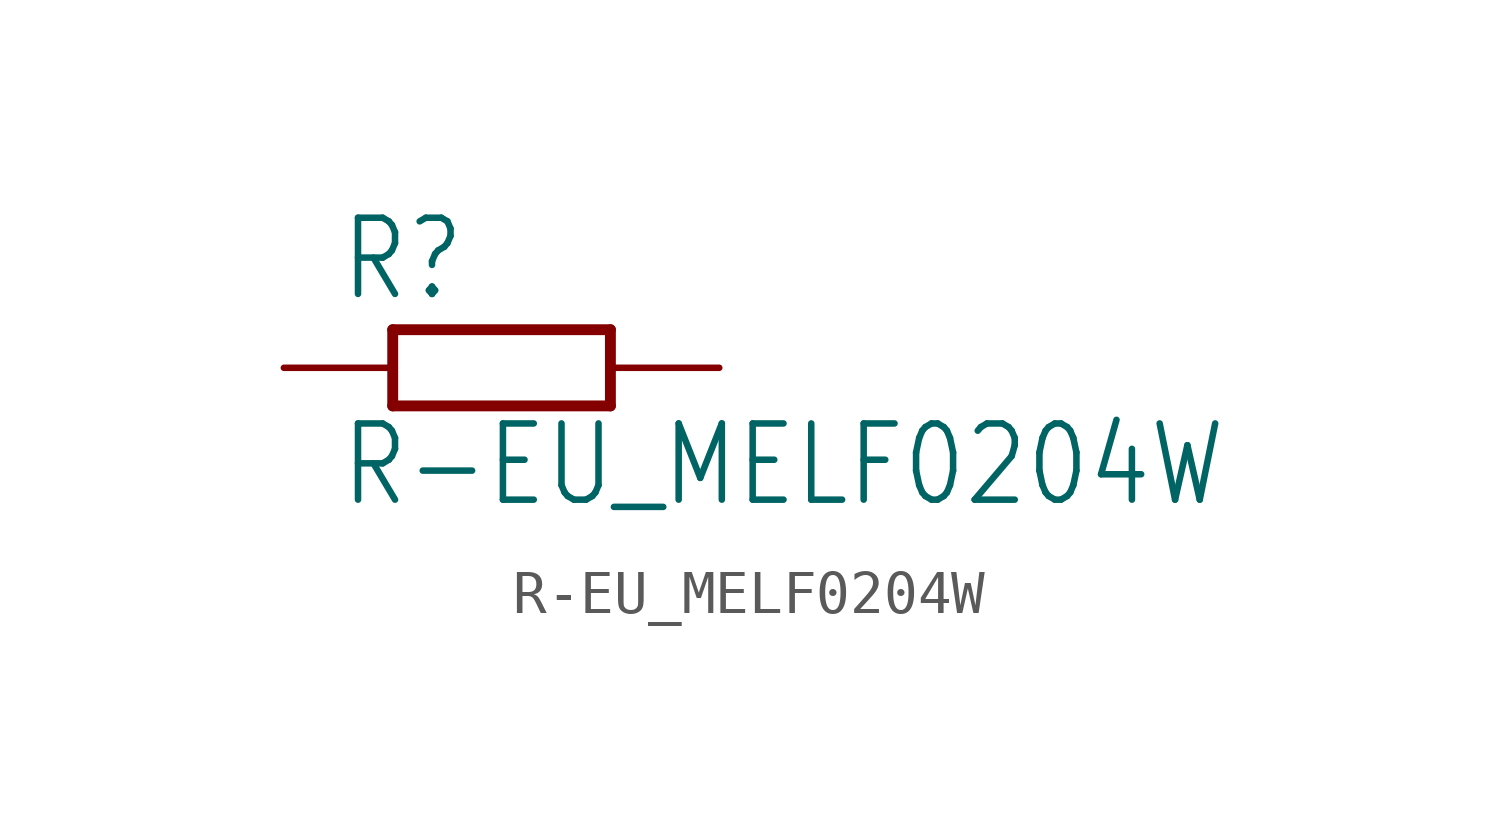
<source format=kicad_sym>
(kicad_symbol_lib
  (version 20220331)
  (generator kicad_symbol_editor)
  (symbol "R-EU_MELF0204W"
    (property "Reference" "R"
      (at -3.81 1.499 0)
      (effects (font (size 1.778 1.511)) (justify left bottom)))
    (property "Value" "R-EU_MELF0204W"
      (at -3.81 -3.302 0)
      (effects (font (size 1.778 1.511)) (justify left bottom)))
    (property "ki_locked" ""
      (at 0 0 0)
      (effects (font (size 1.27 1.27))))
    (symbol "R-EU_MELF0204W_1_0"
      (polyline (pts (xy -2.54 -0.889) (xy -2.54 0.889)) (stroke (width 0.254) (type solid)) (fill (type none)))
      (polyline (pts (xy -2.54 -0.889) (xy 2.54 -0.889)) (stroke (width 0.254) (type solid)) (fill (type none)))
      (polyline (pts (xy 2.54 -0.889) (xy 2.54 0.889)) (stroke (width 0.254) (type solid)) (fill (type none)))
      (polyline (pts (xy 2.54 0.889) (xy -2.54 0.889)) (stroke (width 0.254) (type solid)) (fill (type none)))
      (pin passive line (at -5.08 0 0) (length 2.54) (name "1" (effects (font (size 0 0)))) (number "1" (effects (font (size 0 0)))))
      (pin passive line (at 5.08 0 180) (length 2.54) (name "2" (effects (font (size 0 0)))) (number "2" (effects (font (size 0 0))))))))
</source>
